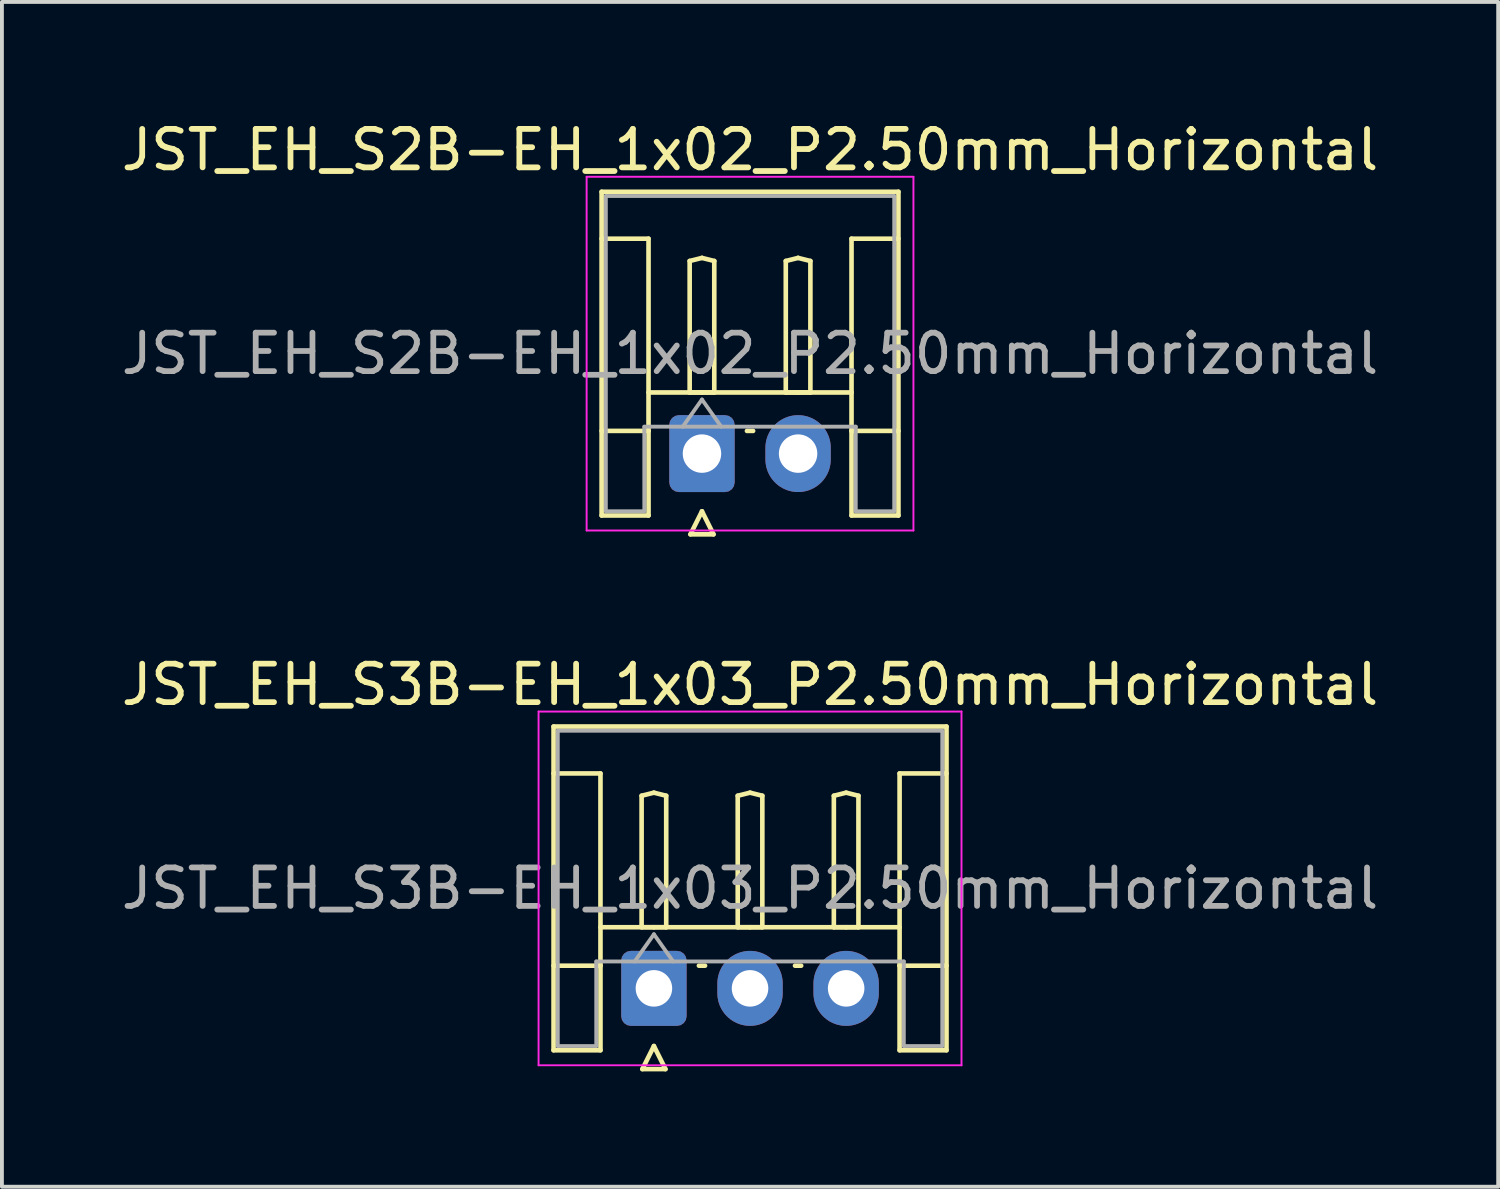
<source format=kicad_pcb>
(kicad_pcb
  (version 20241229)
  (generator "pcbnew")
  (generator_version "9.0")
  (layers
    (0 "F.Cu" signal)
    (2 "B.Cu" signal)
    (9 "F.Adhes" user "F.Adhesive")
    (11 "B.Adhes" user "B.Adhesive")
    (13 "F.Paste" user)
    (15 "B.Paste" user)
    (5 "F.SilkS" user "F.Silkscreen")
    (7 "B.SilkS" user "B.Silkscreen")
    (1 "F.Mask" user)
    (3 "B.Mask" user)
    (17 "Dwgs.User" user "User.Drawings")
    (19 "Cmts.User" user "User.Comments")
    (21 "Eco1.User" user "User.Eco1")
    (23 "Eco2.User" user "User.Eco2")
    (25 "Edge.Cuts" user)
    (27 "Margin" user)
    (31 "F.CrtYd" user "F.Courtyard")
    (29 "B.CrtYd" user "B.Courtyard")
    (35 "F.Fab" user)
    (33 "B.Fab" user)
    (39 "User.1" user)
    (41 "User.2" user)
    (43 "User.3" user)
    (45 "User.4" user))
  (footprint "JST_EH_S2B-EH_1x02_P2.50mm_Horizontal"
    (layer "F.Cu")
    (at 15.208 8.748)
    (property "Reference" "JST_EH_S2B-EH_1x02_P2.50mm_Horizontal" (at 1.25 -7.9 0) (layer "F.SilkS") (effects (font (size 1 1) (thickness 0.15))))
    (attr through_hole)
    (fp_line (start -2.61 -6.81) (end 5.11 -6.81) (stroke (width 0.12) (type solid)) (layer "F.SilkS"))
    (fp_line (start -2.61 -5.59) (end -1.39 -5.59) (stroke (width 0.12) (type solid)) (layer "F.SilkS"))
    (fp_line (start -2.61 1.61) (end -2.61 -6.81) (stroke (width 0.12) (type solid)) (layer "F.SilkS"))
    (fp_line (start -1.39 -5.59) (end -1.39 -0.59) (stroke (width 0.12) (type solid)) (layer "F.SilkS"))
    (fp_line (start -1.39 -1.59) (end 3.89 -1.59) (stroke (width 0.12) (type solid)) (layer "F.SilkS"))
    (fp_line (start -1.39 -0.59) (end -2.61 -0.59) (stroke (width 0.12) (type solid)) (layer "F.SilkS"))
    (fp_line (start -1.39 -0.59) (end -1.39 1.61) (stroke (width 0.12) (type solid)) (layer "F.SilkS"))
    (fp_line (start -1.39 1.61) (end -2.61 1.61) (stroke (width 0.12) (type solid)) (layer "F.SilkS"))
    (fp_line (start -0.32 -5.01) (end 0 -5.09) (stroke (width 0.12) (type solid)) (layer "F.SilkS"))
    (fp_line (start -0.32 -1.59) (end -0.32 -5.01) (stroke (width 0.12) (type solid)) (layer "F.SilkS"))
    (fp_line (start -0.3 2.1) (end 0.3 2.1) (stroke (width 0.12) (type solid)) (layer "F.SilkS"))
    (fp_line (start 0 -5.09) (end 0.32 -5.01) (stroke (width 0.12) (type solid)) (layer "F.SilkS"))
    (fp_line (start 0 -1.59) (end -0.32 -1.59) (stroke (width 0.12) (type solid)) (layer "F.SilkS"))
    (fp_line (start 0 1.5) (end -0.3 2.1) (stroke (width 0.12) (type solid)) (layer "F.SilkS"))
    (fp_line (start 0.3 2.1) (end 0 1.5) (stroke (width 0.12) (type solid)) (layer "F.SilkS"))
    (fp_line (start 0.32 -5.01) (end 0.32 -1.59) (stroke (width 0.12) (type solid)) (layer "F.SilkS"))
    (fp_line (start 0.32 -1.59) (end 0 -1.59) (stroke (width 0.12) (type solid)) (layer "F.SilkS"))
    (fp_line (start 1.17 -0.59) (end 1.33 -0.59) (stroke (width 0.12) (type solid)) (layer "F.SilkS"))
    (fp_line (start 2.18 -5.01) (end 2.5 -5.09) (stroke (width 0.12) (type solid)) (layer "F.SilkS"))
    (fp_line (start 2.18 -1.59) (end 2.18 -5.01) (stroke (width 0.12) (type solid)) (layer "F.SilkS"))
    (fp_line (start 2.5 -5.09) (end 2.82 -5.01) (stroke (width 0.12) (type solid)) (layer "F.SilkS"))
    (fp_line (start 2.5 -1.59) (end 2.18 -1.59) (stroke (width 0.12) (type solid)) (layer "F.SilkS"))
    (fp_line (start 2.82 -5.01) (end 2.82 -1.59) (stroke (width 0.12) (type solid)) (layer "F.SilkS"))
    (fp_line (start 2.82 -1.59) (end 2.5 -1.59) (stroke (width 0.12) (type solid)) (layer "F.SilkS"))
    (fp_line (start 3.89 -5.59) (end 3.89 -0.59) (stroke (width 0.12) (type solid)) (layer "F.SilkS"))
    (fp_line (start 3.89 -0.59) (end 5.11 -0.59) (stroke (width 0.12) (type solid)) (layer "F.SilkS"))
    (fp_line (start 3.89 1.61) (end 3.89 -0.59) (stroke (width 0.12) (type solid)) (layer "F.SilkS"))
    (fp_line (start 5.11 -6.81) (end 5.11 1.61) (stroke (width 0.12) (type solid)) (layer "F.SilkS"))
    (fp_line (start 5.11 -5.59) (end 3.89 -5.59) (stroke (width 0.12) (type solid)) (layer "F.SilkS"))
    (fp_line (start 5.11 1.61) (end 3.89 1.61) (stroke (width 0.12) (type solid)) (layer "F.SilkS"))
    (fp_line (start -3 -7.2) (end -3 2) (stroke (width 0.05) (type solid)) (layer "F.CrtYd"))
    (fp_line (start -3 2) (end 5.5 2) (stroke (width 0.05) (type solid)) (layer "F.CrtYd"))
    (fp_line (start 5.5 -7.2) (end -3 -7.2) (stroke (width 0.05) (type solid)) (layer "F.CrtYd"))
    (fp_line (start 5.5 2) (end 5.5 -7.2) (stroke (width 0.05) (type solid)) (layer "F.CrtYd"))
    (fp_line (start -2.5 -6.7) (end 5 -6.7) (stroke (width 0.1) (type solid)) (layer "F.Fab"))
    (fp_line (start -2.5 1.5) (end -2.5 -6.7) (stroke (width 0.1) (type solid)) (layer "F.Fab"))
    (fp_line (start -1.5 -0.7) (end -1.5 1.5) (stroke (width 0.1) (type solid)) (layer "F.Fab"))
    (fp_line (start -1.5 1.5) (end -2.5 1.5) (stroke (width 0.1) (type solid)) (layer "F.Fab"))
    (fp_line (start -0.5 -0.7) (end 0 -1.407) (stroke (width 0.1) (type solid)) (layer "F.Fab"))
    (fp_line (start 0 -1.407) (end 0.5 -0.7) (stroke (width 0.1) (type solid)) (layer "F.Fab"))
    (fp_line (start 4 -0.7) (end -1.5 -0.7) (stroke (width 0.1) (type solid)) (layer "F.Fab"))
    (fp_line (start 4 1.5) (end 4 -0.7) (stroke (width 0.1) (type solid)) (layer "F.Fab"))
    (fp_line (start 5 -6.7) (end 5 1.5) (stroke (width 0.1) (type solid)) (layer "F.Fab"))
    (fp_line (start 5 1.5) (end 4 1.5) (stroke (width 0.1) (type solid)) (layer "F.Fab"))
    (fp_text user "${REFERENCE}" (at 1.25 -2.6 0) (layer "F.Fab") (effects (font (size 1 1) (thickness 0.15))))
    (pad "1" thru_hole roundrect (at 0 0) (size 1.7 2) (drill 1) (layers "*.Cu" "*.Mask") (roundrect_rratio 0.147))
    (pad "2" thru_hole oval (at 2.5 0) (size 1.7 2) (drill 1) (layers "*.Cu" "*.Mask")))
  (footprint "JST_EH_S3B-EH_1x03_P2.50mm_Horizontal"
    (layer "F.Cu")
    (at 13.958 22.657)
    (property "Reference" "JST_EH_S3B-EH_1x03_P2.50mm_Horizontal" (at 2.5 -7.9 0) (layer "F.SilkS") (effects (font (size 1 1) (thickness 0.15))))
    (attr through_hole)
    (fp_line (start -2.61 -6.81) (end 7.61 -6.81) (stroke (width 0.12) (type solid)) (layer "F.SilkS"))
    (fp_line (start -2.61 -5.59) (end -1.39 -5.59) (stroke (width 0.12) (type solid)) (layer "F.SilkS"))
    (fp_line (start -2.61 1.61) (end -2.61 -6.81) (stroke (width 0.12) (type solid)) (layer "F.SilkS"))
    (fp_line (start -1.39 -5.59) (end -1.39 -0.59) (stroke (width 0.12) (type solid)) (layer "F.SilkS"))
    (fp_line (start -1.39 -1.59) (end 6.39 -1.59) (stroke (width 0.12) (type solid)) (layer "F.SilkS"))
    (fp_line (start -1.39 -0.59) (end -2.61 -0.59) (stroke (width 0.12) (type solid)) (layer "F.SilkS"))
    (fp_line (start -1.39 -0.59) (end -1.39 1.61) (stroke (width 0.12) (type solid)) (layer "F.SilkS"))
    (fp_line (start -1.39 1.61) (end -2.61 1.61) (stroke (width 0.12) (type solid)) (layer "F.SilkS"))
    (fp_line (start -0.32 -5.01) (end 0 -5.09) (stroke (width 0.12) (type solid)) (layer "F.SilkS"))
    (fp_line (start -0.32 -1.59) (end -0.32 -5.01) (stroke (width 0.12) (type solid)) (layer "F.SilkS"))
    (fp_line (start -0.3 2.1) (end 0.3 2.1) (stroke (width 0.12) (type solid)) (layer "F.SilkS"))
    (fp_line (start 0 -5.09) (end 0.32 -5.01) (stroke (width 0.12) (type solid)) (layer "F.SilkS"))
    (fp_line (start 0 -1.59) (end -0.32 -1.59) (stroke (width 0.12) (type solid)) (layer "F.SilkS"))
    (fp_line (start 0 1.5) (end -0.3 2.1) (stroke (width 0.12) (type solid)) (layer "F.SilkS"))
    (fp_line (start 0.3 2.1) (end 0 1.5) (stroke (width 0.12) (type solid)) (layer "F.SilkS"))
    (fp_line (start 0.32 -5.01) (end 0.32 -1.59) (stroke (width 0.12) (type solid)) (layer "F.SilkS"))
    (fp_line (start 0.32 -1.59) (end 0 -1.59) (stroke (width 0.12) (type solid)) (layer "F.SilkS"))
    (fp_line (start 1.17 -0.59) (end 1.33 -0.59) (stroke (width 0.12) (type solid)) (layer "F.SilkS"))
    (fp_line (start 2.18 -5.01) (end 2.5 -5.09) (stroke (width 0.12) (type solid)) (layer "F.SilkS"))
    (fp_line (start 2.18 -1.59) (end 2.18 -5.01) (stroke (width 0.12) (type solid)) (layer "F.SilkS"))
    (fp_line (start 2.5 -5.09) (end 2.82 -5.01) (stroke (width 0.12) (type solid)) (layer "F.SilkS"))
    (fp_line (start 2.5 -1.59) (end 2.18 -1.59) (stroke (width 0.12) (type solid)) (layer "F.SilkS"))
    (fp_line (start 2.82 -5.01) (end 2.82 -1.59) (stroke (width 0.12) (type solid)) (layer "F.SilkS"))
    (fp_line (start 2.82 -1.59) (end 2.5 -1.59) (stroke (width 0.12) (type solid)) (layer "F.SilkS"))
    (fp_line (start 3.67 -0.59) (end 3.83 -0.59) (stroke (width 0.12) (type solid)) (layer "F.SilkS"))
    (fp_line (start 4.68 -5.01) (end 5 -5.09) (stroke (width 0.12) (type solid)) (layer "F.SilkS"))
    (fp_line (start 4.68 -1.59) (end 4.68 -5.01) (stroke (width 0.12) (type solid)) (layer "F.SilkS"))
    (fp_line (start 5 -5.09) (end 5.32 -5.01) (stroke (width 0.12) (type solid)) (layer "F.SilkS"))
    (fp_line (start 5 -1.59) (end 4.68 -1.59) (stroke (width 0.12) (type solid)) (layer "F.SilkS"))
    (fp_line (start 5.32 -5.01) (end 5.32 -1.59) (stroke (width 0.12) (type solid)) (layer "F.SilkS"))
    (fp_line (start 5.32 -1.59) (end 5 -1.59) (stroke (width 0.12) (type solid)) (layer "F.SilkS"))
    (fp_line (start 6.39 -5.59) (end 6.39 -0.59) (stroke (width 0.12) (type solid)) (layer "F.SilkS"))
    (fp_line (start 6.39 -0.59) (end 7.61 -0.59) (stroke (width 0.12) (type solid)) (layer "F.SilkS"))
    (fp_line (start 6.39 1.61) (end 6.39 -0.59) (stroke (width 0.12) (type solid)) (layer "F.SilkS"))
    (fp_line (start 7.61 -6.81) (end 7.61 1.61) (stroke (width 0.12) (type solid)) (layer "F.SilkS"))
    (fp_line (start 7.61 -5.59) (end 6.39 -5.59) (stroke (width 0.12) (type solid)) (layer "F.SilkS"))
    (fp_line (start 7.61 1.61) (end 6.39 1.61) (stroke (width 0.12) (type solid)) (layer "F.SilkS"))
    (fp_line (start -3 -7.2) (end -3 2) (stroke (width 0.05) (type solid)) (layer "F.CrtYd"))
    (fp_line (start -3 2) (end 8 2) (stroke (width 0.05) (type solid)) (layer "F.CrtYd"))
    (fp_line (start 8 -7.2) (end -3 -7.2) (stroke (width 0.05) (type solid)) (layer "F.CrtYd"))
    (fp_line (start 8 2) (end 8 -7.2) (stroke (width 0.05) (type solid)) (layer "F.CrtYd"))
    (fp_line (start -2.5 -6.7) (end 7.5 -6.7) (stroke (width 0.1) (type solid)) (layer "F.Fab"))
    (fp_line (start -2.5 1.5) (end -2.5 -6.7) (stroke (width 0.1) (type solid)) (layer "F.Fab"))
    (fp_line (start -1.5 -0.7) (end -1.5 1.5) (stroke (width 0.1) (type solid)) (layer "F.Fab"))
    (fp_line (start -1.5 1.5) (end -2.5 1.5) (stroke (width 0.1) (type solid)) (layer "F.Fab"))
    (fp_line (start -0.5 -0.7) (end 0 -1.407) (stroke (width 0.1) (type solid)) (layer "F.Fab"))
    (fp_line (start 0 -1.407) (end 0.5 -0.7) (stroke (width 0.1) (type solid)) (layer "F.Fab"))
    (fp_line (start 6.5 -0.7) (end -1.5 -0.7) (stroke (width 0.1) (type solid)) (layer "F.Fab"))
    (fp_line (start 6.5 1.5) (end 6.5 -0.7) (stroke (width 0.1) (type solid)) (layer "F.Fab"))
    (fp_line (start 7.5 -6.7) (end 7.5 1.5) (stroke (width 0.1) (type solid)) (layer "F.Fab"))
    (fp_line (start 7.5 1.5) (end 6.5 1.5) (stroke (width 0.1) (type solid)) (layer "F.Fab"))
    (fp_text user "${REFERENCE}" (at 2.5 -2.6 0) (layer "F.Fab") (effects (font (size 1 1) (thickness 0.15))))
    (pad "1" thru_hole roundrect (at 0 0) (size 1.7 1.95) (drill 0.95) (layers "*.Cu" "*.Mask") (roundrect_rratio 0.147))
    (pad "2" thru_hole oval (at 2.5 0) (size 1.7 1.95) (drill 0.95) (layers "*.Cu" "*.Mask"))
    (pad "3" thru_hole oval (at 5 0) (size 1.7 1.95) (drill 0.95) (layers "*.Cu" "*.Mask")))
  (gr_rect
    (start -3 -3)
    (end 35.917 27.817)
    (stroke (width 0.1) (type default))
    (fill no)
    (layer "Edge.Cuts")))
</source>
